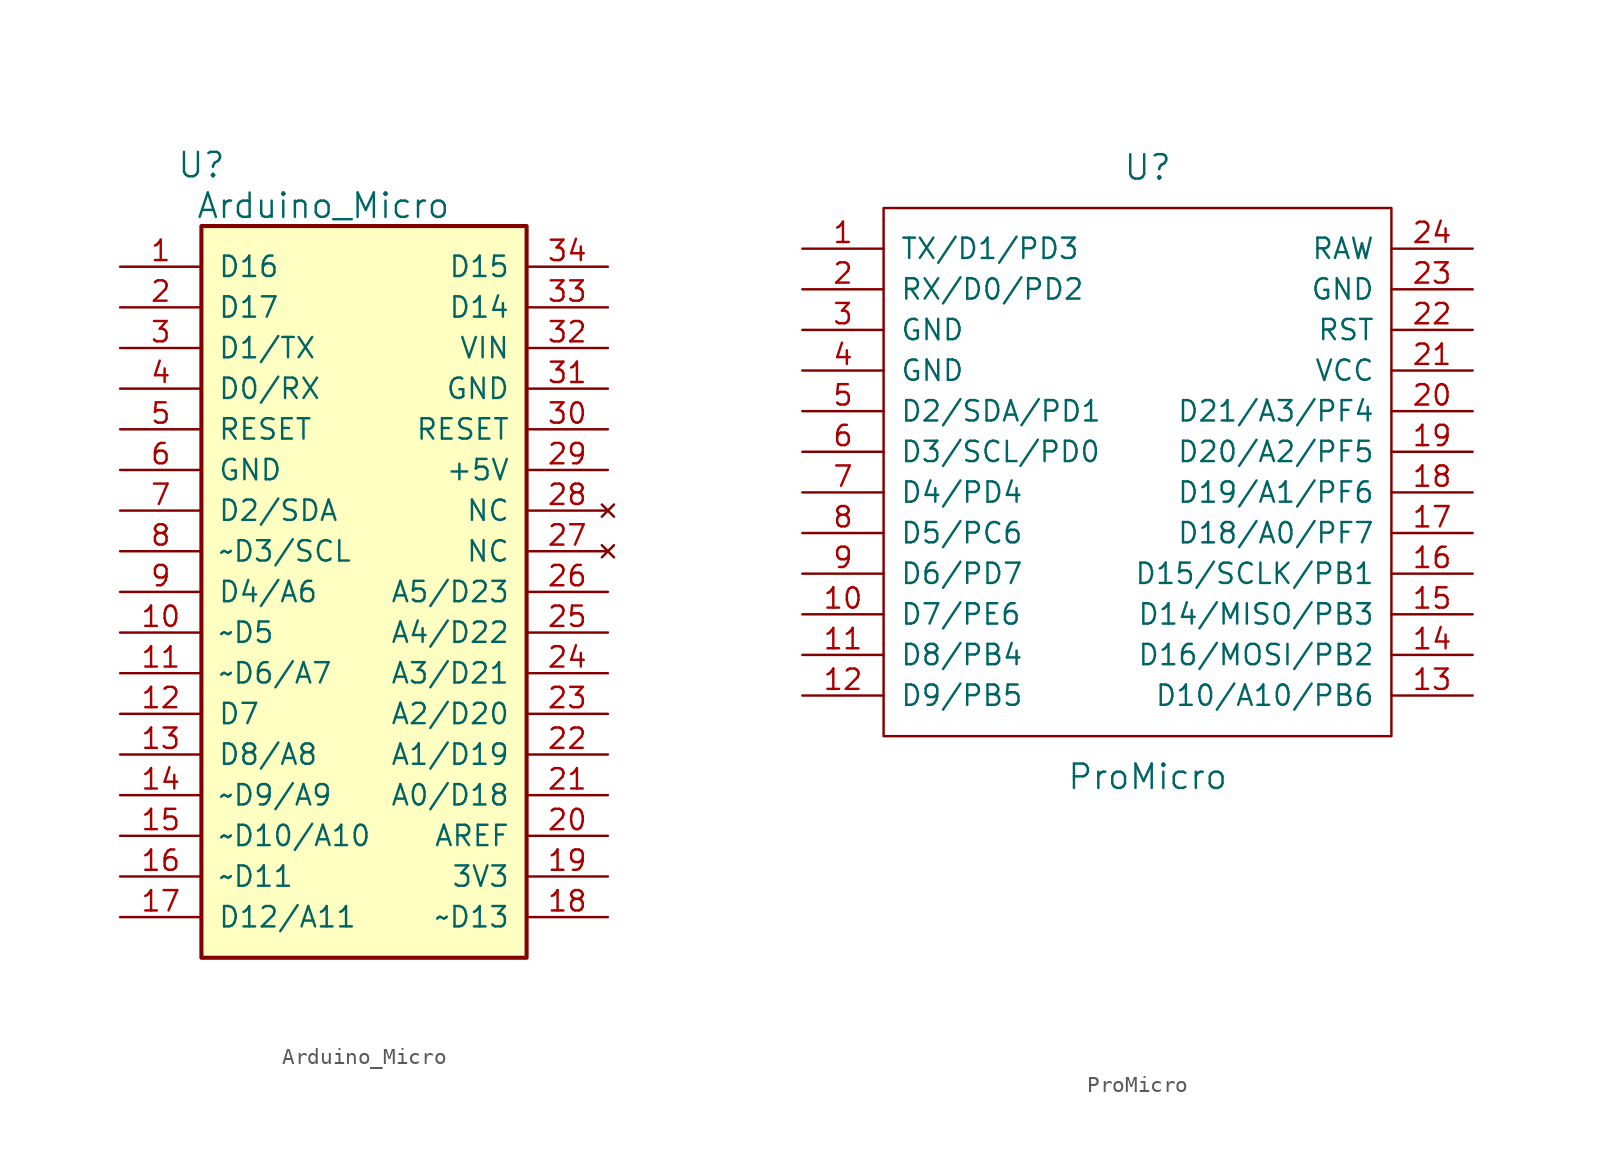
<source format=kicad_sym>
(kicad_symbol_lib
  (version 20231120)
  (generator "kicad_symbol_editor")
  (generator_version "8.0")
  (symbol "Arduino_Micro"
    (pin_names
      (offset 1.016))
    (property "Reference" "U"
      (at -10.16 26.67 0)
      (effects (font (size 1.524 1.524))))
    (property "Value" "Arduino_Micro"
      (at -2.54 24.13 0)
      (effects (font (size 1.524 1.524))))
    (symbol "Arduino_Micro_0_1"
      (rectangle (start -10.16 22.86) (end 10.16 -22.86) (stroke (width 0.254) (type solid)) (fill (type background))))
    (symbol "Arduino_Micro_1_1"
      (pin bidirectional line (at -15.24 20.32 0) (length 5.08) (name "D16" (effects (font (size 1.27 1.27)))) (number "1" (effects (font (size 1.27 1.27)))))
      (pin bidirectional line (at -15.24 -2.54 0) (length 5.08) (name "~D5" (effects (font (size 1.27 1.27)))) (number "10" (effects (font (size 1.27 1.27)))))
      (pin bidirectional line (at -15.24 -5.08 0) (length 5.08) (name "~D6/A7" (effects (font (size 1.27 1.27)))) (number "11" (effects (font (size 1.27 1.27)))))
      (pin bidirectional line (at -15.24 -7.62 0) (length 5.08) (name "D7" (effects (font (size 1.27 1.27)))) (number "12" (effects (font (size 1.27 1.27)))))
      (pin bidirectional line (at -15.24 -10.16 0) (length 5.08) (name "D8/A8" (effects (font (size 1.27 1.27)))) (number "13" (effects (font (size 1.27 1.27)))))
      (pin bidirectional line (at -15.24 -12.7 0) (length 5.08) (name "~D9/A9" (effects (font (size 1.27 1.27)))) (number "14" (effects (font (size 1.27 1.27)))))
      (pin bidirectional line (at -15.24 -15.24 0) (length 5.08) (name "~D10/A10" (effects (font (size 1.27 1.27)))) (number "15" (effects (font (size 1.27 1.27)))))
      (pin bidirectional line (at -15.24 -17.78 0) (length 5.08) (name "~D11" (effects (font (size 1.27 1.27)))) (number "16" (effects (font (size 1.27 1.27)))))
      (pin bidirectional line (at -15.24 -20.32 0) (length 5.08) (name "D12/A11" (effects (font (size 1.27 1.27)))) (number "17" (effects (font (size 1.27 1.27)))))
      (pin bidirectional line (at 15.24 -20.32 180) (length 5.08) (name "~D13" (effects (font (size 1.27 1.27)))) (number "18" (effects (font (size 1.27 1.27)))))
      (pin power_out line (at 15.24 -17.78 180) (length 5.08) (name "3V3" (effects (font (size 1.27 1.27)))) (number "19" (effects (font (size 1.27 1.27)))))
      (pin bidirectional line (at -15.24 17.78 0) (length 5.08) (name "D17" (effects (font (size 1.27 1.27)))) (number "2" (effects (font (size 1.27 1.27)))))
      (pin input line (at 15.24 -15.24 180) (length 5.08) (name "AREF" (effects (font (size 1.27 1.27)))) (number "20" (effects (font (size 1.27 1.27)))))
      (pin bidirectional line (at 15.24 -12.7 180) (length 5.08) (name "A0/D18" (effects (font (size 1.27 1.27)))) (number "21" (effects (font (size 1.27 1.27)))))
      (pin bidirectional line (at 15.24 -10.16 180) (length 5.08) (name "A1/D19" (effects (font (size 1.27 1.27)))) (number "22" (effects (font (size 1.27 1.27)))))
      (pin bidirectional line (at 15.24 -7.62 180) (length 5.08) (name "A2/D20" (effects (font (size 1.27 1.27)))) (number "23" (effects (font (size 1.27 1.27)))))
      (pin bidirectional line (at 15.24 -5.08 180) (length 5.08) (name "A3/D21" (effects (font (size 1.27 1.27)))) (number "24" (effects (font (size 1.27 1.27)))))
      (pin bidirectional line (at 15.24 -2.54 180) (length 5.08) (name "A4/D22" (effects (font (size 1.27 1.27)))) (number "25" (effects (font (size 1.27 1.27)))))
      (pin bidirectional line (at 15.24 0 180) (length 5.08) (name "A5/D23" (effects (font (size 1.27 1.27)))) (number "26" (effects (font (size 1.27 1.27)))))
      (pin no_connect line (at 15.24 2.54 180) (length 5.08) (name "NC" (effects (font (size 1.27 1.27)))) (number "27" (effects (font (size 1.27 1.27)))))
      (pin no_connect line (at 15.24 5.08 180) (length 5.08) (name "NC" (effects (font (size 1.27 1.27)))) (number "28" (effects (font (size 1.27 1.27)))))
      (pin power_in line (at 15.24 7.62 180) (length 5.08) (name "+5V" (effects (font (size 1.27 1.27)))) (number "29" (effects (font (size 1.27 1.27)))))
      (pin bidirectional line (at -15.24 15.24 0) (length 5.08) (name "D1/TX" (effects (font (size 1.27 1.27)))) (number "3" (effects (font (size 1.27 1.27)))))
      (pin input line (at 15.24 10.16 180) (length 5.08) (name "RESET" (effects (font (size 1.27 1.27)))) (number "30" (effects (font (size 1.27 1.27)))))
      (pin power_in line (at 15.24 12.7 180) (length 5.08) (name "GND" (effects (font (size 1.27 1.27)))) (number "31" (effects (font (size 1.27 1.27)))))
      (pin power_out line (at 15.24 15.24 180) (length 5.08) (name "VIN" (effects (font (size 1.27 1.27)))) (number "32" (effects (font (size 1.27 1.27)))))
      (pin bidirectional line (at 15.24 17.78 180) (length 5.08) (name "D14" (effects (font (size 1.27 1.27)))) (number "33" (effects (font (size 1.27 1.27)))))
      (pin bidirectional line (at 15.24 20.32 180) (length 5.08) (name "D15" (effects (font (size 1.27 1.27)))) (number "34" (effects (font (size 1.27 1.27)))))
      (pin bidirectional line (at -15.24 12.7 0) (length 5.08) (name "D0/RX" (effects (font (size 1.27 1.27)))) (number "4" (effects (font (size 1.27 1.27)))))
      (pin input line (at -15.24 10.16 0) (length 5.08) (name "RESET" (effects (font (size 1.27 1.27)))) (number "5" (effects (font (size 1.27 1.27)))))
      (pin power_in line (at -15.24 7.62 0) (length 5.08) (name "GND" (effects (font (size 1.27 1.27)))) (number "6" (effects (font (size 1.27 1.27)))))
      (pin bidirectional line (at -15.24 5.08 0) (length 5.08) (name "D2/SDA" (effects (font (size 1.27 1.27)))) (number "7" (effects (font (size 1.27 1.27)))))
      (pin bidirectional line (at -15.24 2.54 0) (length 5.08) (name "~D3/SCL" (effects (font (size 1.27 1.27)))) (number "8" (effects (font (size 1.27 1.27)))))
      (pin bidirectional line (at -15.24 0 0) (length 5.08) (name "D4/A6" (effects (font (size 1.27 1.27)))) (number "9" (effects (font (size 1.27 1.27)))))))
  (symbol "ProMicro"
    (pin_names
      (offset 1.016))
    (property "Reference" "U"
      (at 0 24.13 0)
      (effects (font (size 1.524 1.524))))
    (property "Value" "ProMicro"
      (at 0 -13.97 0)
      (effects (font (size 1.524 1.524))))
    (property "Footprint" ""
      (at 2.54 -26.67 0)
      (effects (font (size 1.524 1.524))))
    (property "Datasheet" ""
      (at 2.54 -26.67 0)
      (effects (font (size 1.524 1.524))))
    (symbol "ProMicro_0_1"
      (rectangle (start -16.51 21.59) (end 15.24 -11.43) (stroke (width 0) (type solid)) (fill (type none))))
    (symbol "ProMicro_1_1"
      (pin bidirectional line (at -21.59 19.05 0) (length 5.08) (name "TX/D1/PD3" (effects (font (size 1.27 1.27)))) (number "1" (effects (font (size 1.27 1.27)))))
      (pin bidirectional line (at -21.59 -3.81 0) (length 5.08) (name "D7/PE6" (effects (font (size 1.27 1.27)))) (number "10" (effects (font (size 1.27 1.27)))))
      (pin bidirectional line (at -21.59 -6.35 0) (length 5.08) (name "D8/PB4" (effects (font (size 1.27 1.27)))) (number "11" (effects (font (size 1.27 1.27)))))
      (pin bidirectional line (at -21.59 -8.89 0) (length 5.08) (name "D9/PB5" (effects (font (size 1.27 1.27)))) (number "12" (effects (font (size 1.27 1.27)))))
      (pin bidirectional line (at 20.32 -8.89 180) (length 5.08) (name "D10/A10/PB6" (effects (font (size 1.27 1.27)))) (number "13" (effects (font (size 1.27 1.27)))))
      (pin bidirectional line (at 20.32 -6.35 180) (length 5.08) (name "D16/MOSI/PB2" (effects (font (size 1.27 1.27)))) (number "14" (effects (font (size 1.27 1.27)))))
      (pin bidirectional line (at 20.32 -3.81 180) (length 5.08) (name "D14/MISO/PB3" (effects (font (size 1.27 1.27)))) (number "15" (effects (font (size 1.27 1.27)))))
      (pin bidirectional line (at 20.32 -1.27 180) (length 5.08) (name "D15/SCLK/PB1" (effects (font (size 1.27 1.27)))) (number "16" (effects (font (size 1.27 1.27)))))
      (pin bidirectional line (at 20.32 1.27 180) (length 5.08) (name "D18/A0/PF7" (effects (font (size 1.27 1.27)))) (number "17" (effects (font (size 1.27 1.27)))))
      (pin bidirectional line (at 20.32 3.81 180) (length 5.08) (name "D19/A1/PF6" (effects (font (size 1.27 1.27)))) (number "18" (effects (font (size 1.27 1.27)))))
      (pin bidirectional line (at 20.32 6.35 180) (length 5.08) (name "D20/A2/PF5" (effects (font (size 1.27 1.27)))) (number "19" (effects (font (size 1.27 1.27)))))
      (pin bidirectional line (at -21.59 16.51 0) (length 5.08) (name "RX/D0/PD2" (effects (font (size 1.27 1.27)))) (number "2" (effects (font (size 1.27 1.27)))))
      (pin bidirectional line (at 20.32 8.89 180) (length 5.08) (name "D21/A3/PF4" (effects (font (size 1.27 1.27)))) (number "20" (effects (font (size 1.27 1.27)))))
      (pin power_in line (at 20.32 11.43 180) (length 5.08) (name "VCC" (effects (font (size 1.27 1.27)))) (number "21" (effects (font (size 1.27 1.27)))))
      (pin input line (at 20.32 13.97 180) (length 5.08) (name "RST" (effects (font (size 1.27 1.27)))) (number "22" (effects (font (size 1.27 1.27)))))
      (pin power_in line (at 20.32 16.51 180) (length 5.08) (name "GND" (effects (font (size 1.27 1.27)))) (number "23" (effects (font (size 1.27 1.27)))))
      (pin power_out line (at 20.32 19.05 180) (length 5.08) (name "RAW" (effects (font (size 1.27 1.27)))) (number "24" (effects (font (size 1.27 1.27)))))
      (pin power_in line (at -21.59 13.97 0) (length 5.08) (name "GND" (effects (font (size 1.27 1.27)))) (number "3" (effects (font (size 1.27 1.27)))))
      (pin power_in line (at -21.59 11.43 0) (length 5.08) (name "GND" (effects (font (size 1.27 1.27)))) (number "4" (effects (font (size 1.27 1.27)))))
      (pin bidirectional line (at -21.59 8.89 0) (length 5.08) (name "D2/SDA/PD1" (effects (font (size 1.27 1.27)))) (number "5" (effects (font (size 1.27 1.27)))))
      (pin bidirectional line (at -21.59 6.35 0) (length 5.08) (name "D3/SCL/PD0" (effects (font (size 1.27 1.27)))) (number "6" (effects (font (size 1.27 1.27)))))
      (pin bidirectional line (at -21.59 3.81 0) (length 5.08) (name "D4/PD4" (effects (font (size 1.27 1.27)))) (number "7" (effects (font (size 1.27 1.27)))))
      (pin bidirectional line (at -21.59 1.27 0) (length 5.08) (name "D5/PC6" (effects (font (size 1.27 1.27)))) (number "8" (effects (font (size 1.27 1.27)))))
      (pin bidirectional line (at -21.59 -1.27 0) (length 5.08) (name "D6/PD7" (effects (font (size 1.27 1.27)))) (number "9" (effects (font (size 1.27 1.27))))))))
</source>
